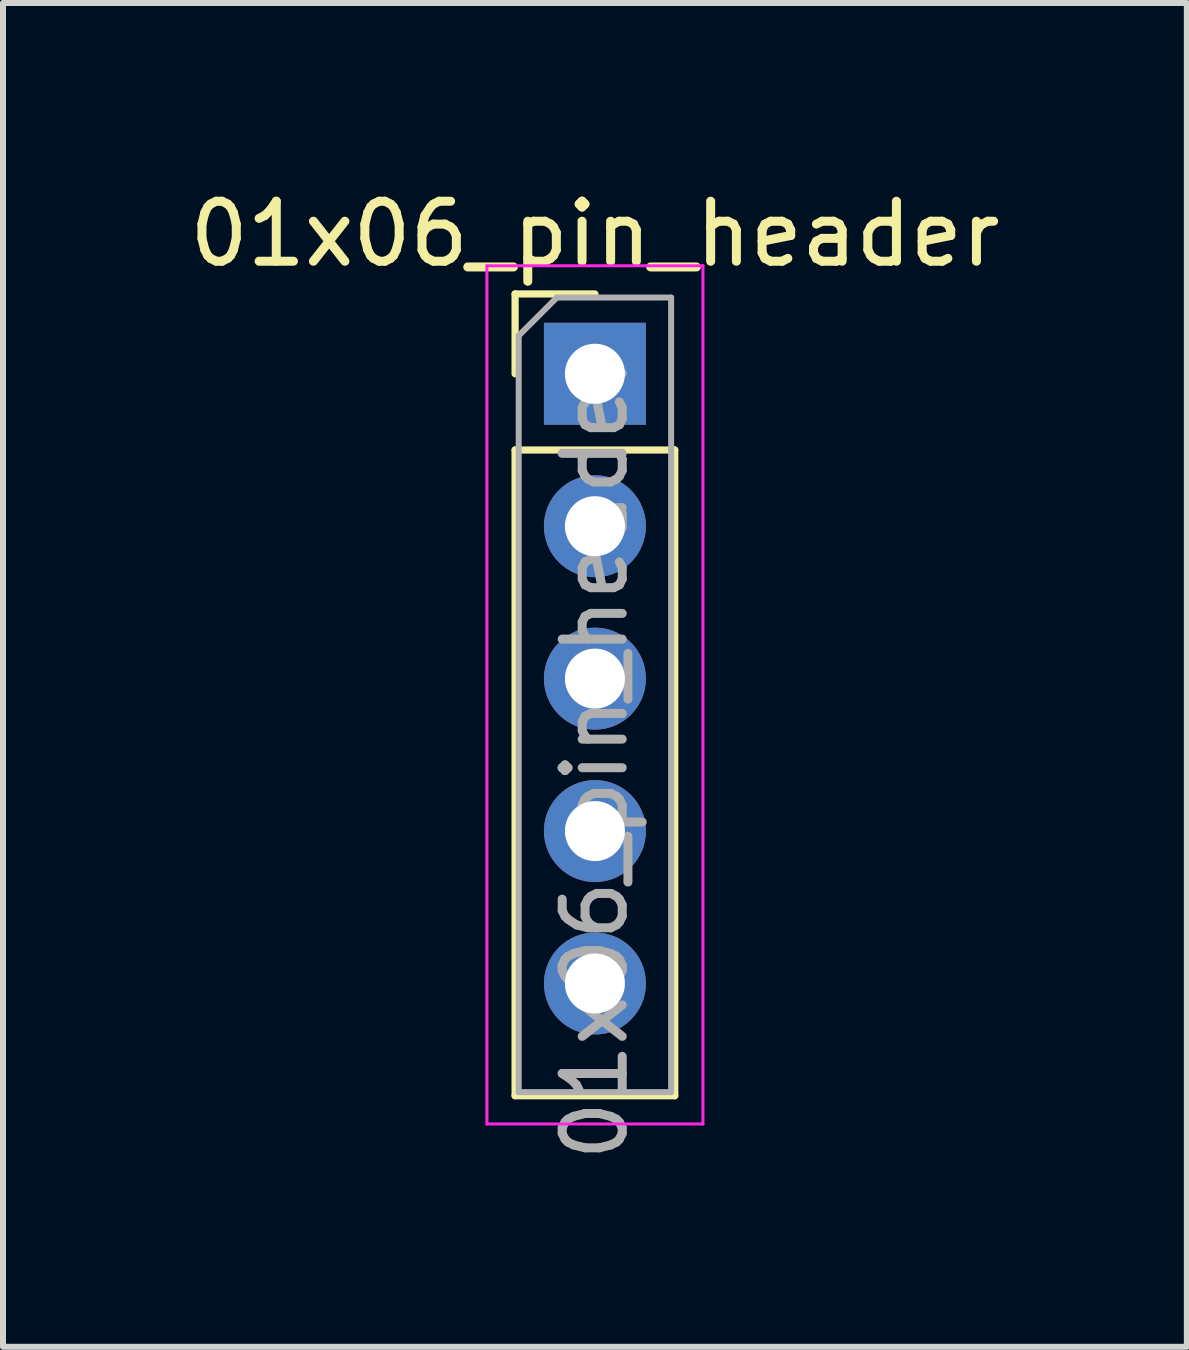
<source format=kicad_pcb>
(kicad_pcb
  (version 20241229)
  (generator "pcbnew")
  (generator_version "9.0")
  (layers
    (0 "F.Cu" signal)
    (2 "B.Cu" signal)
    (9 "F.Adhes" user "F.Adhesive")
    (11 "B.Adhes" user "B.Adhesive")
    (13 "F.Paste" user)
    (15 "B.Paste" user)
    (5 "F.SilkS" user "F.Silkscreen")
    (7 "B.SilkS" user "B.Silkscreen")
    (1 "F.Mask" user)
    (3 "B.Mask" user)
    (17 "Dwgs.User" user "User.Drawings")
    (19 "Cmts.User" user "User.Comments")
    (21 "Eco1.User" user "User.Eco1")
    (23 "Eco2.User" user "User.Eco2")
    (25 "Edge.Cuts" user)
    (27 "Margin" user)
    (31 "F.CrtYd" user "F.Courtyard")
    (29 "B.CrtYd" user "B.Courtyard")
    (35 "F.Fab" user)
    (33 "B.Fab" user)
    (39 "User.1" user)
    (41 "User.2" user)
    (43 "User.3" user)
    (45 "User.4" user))
  (footprint "01x06_pin_header"
    (layer "F.Cu")
    (at 6.863 3.178)
    (property "Reference" "01x06_pin_header" (at 0 -2.33 0) (layer "F.SilkS") (effects (font (size 1 1) (thickness 0.15))))
    (attr through_hole)
    (fp_line (start -1.33 -1.33) (end 0 -1.33) (stroke (width 0.12) (type solid)) (layer "F.SilkS"))
    (fp_line (start -1.33 0) (end -1.33 -1.33) (stroke (width 0.12) (type solid)) (layer "F.SilkS"))
    (fp_line (start -1.33 1.27) (end -1.33 12.03) (stroke (width 0.12) (type solid)) (layer "F.SilkS"))
    (fp_line (start -1.33 1.27) (end 1.33 1.27) (stroke (width 0.12) (type solid)) (layer "F.SilkS"))
    (fp_line (start -1.33 12.03) (end 1.33 12.03) (stroke (width 0.12) (type solid)) (layer "F.SilkS"))
    (fp_line (start 1.33 1.27) (end 1.33 12.03) (stroke (width 0.12) (type solid)) (layer "F.SilkS"))
    (fp_line (start -1.8 -1.8) (end -1.8 12.5) (stroke (width 0.05) (type solid)) (layer "F.CrtYd"))
    (fp_line (start -1.8 12.5) (end 1.8 12.5) (stroke (width 0.05) (type solid)) (layer "F.CrtYd"))
    (fp_line (start 1.8 -1.8) (end -1.8 -1.8) (stroke (width 0.05) (type solid)) (layer "F.CrtYd"))
    (fp_line (start 1.8 12.5) (end 1.8 -1.8) (stroke (width 0.05) (type solid)) (layer "F.CrtYd"))
    (fp_line (start -1.27 -0.635) (end -0.635 -1.27) (stroke (width 0.1) (type solid)) (layer "F.Fab"))
    (fp_line (start -1.27 11.97) (end -1.27 -0.635) (stroke (width 0.1) (type solid)) (layer "F.Fab"))
    (fp_line (start -0.635 -1.27) (end 1.27 -1.27) (stroke (width 0.1) (type solid)) (layer "F.Fab"))
    (fp_line (start 1.27 -1.27) (end 1.27 11.97) (stroke (width 0.1) (type solid)) (layer "F.Fab"))
    (fp_line (start 1.27 11.97) (end -1.27 11.97) (stroke (width 0.1) (type solid)) (layer "F.Fab"))
    (fp_text user "${REFERENCE}" (at 0 6.35 90) (layer "F.Fab") (effects (font (size 1 1) (thickness 0.15))))
    (pad "1" thru_hole rect (at 0 0) (size 1.7 1.7) (drill 1) (layers "*.Cu" "*.Mask"))
    (pad "2" thru_hole oval (at 0 7.62) (size 1.7 1.7) (drill 1) (layers "*.Cu" "*.Mask"))
    (pad "3" thru_hole oval (at 0 2.54) (size 1.7 1.7) (drill 1) (layers "*.Cu" "*.Mask"))
    (pad "4" thru_hole oval (at 0 5.08) (size 1.7 1.7) (drill 1) (layers "*.Cu" "*.Mask"))
    (pad "5" thru_hole oval (at 0 10.16) (size 1.7 1.7) (drill 1) (layers "*.Cu" "*.Mask")))
  (gr_rect
    (start -3 -3)
    (end 16.726 19.391)
    (stroke (width 0.1) (type default))
    (fill no)
    (layer "Edge.Cuts")))
</source>
